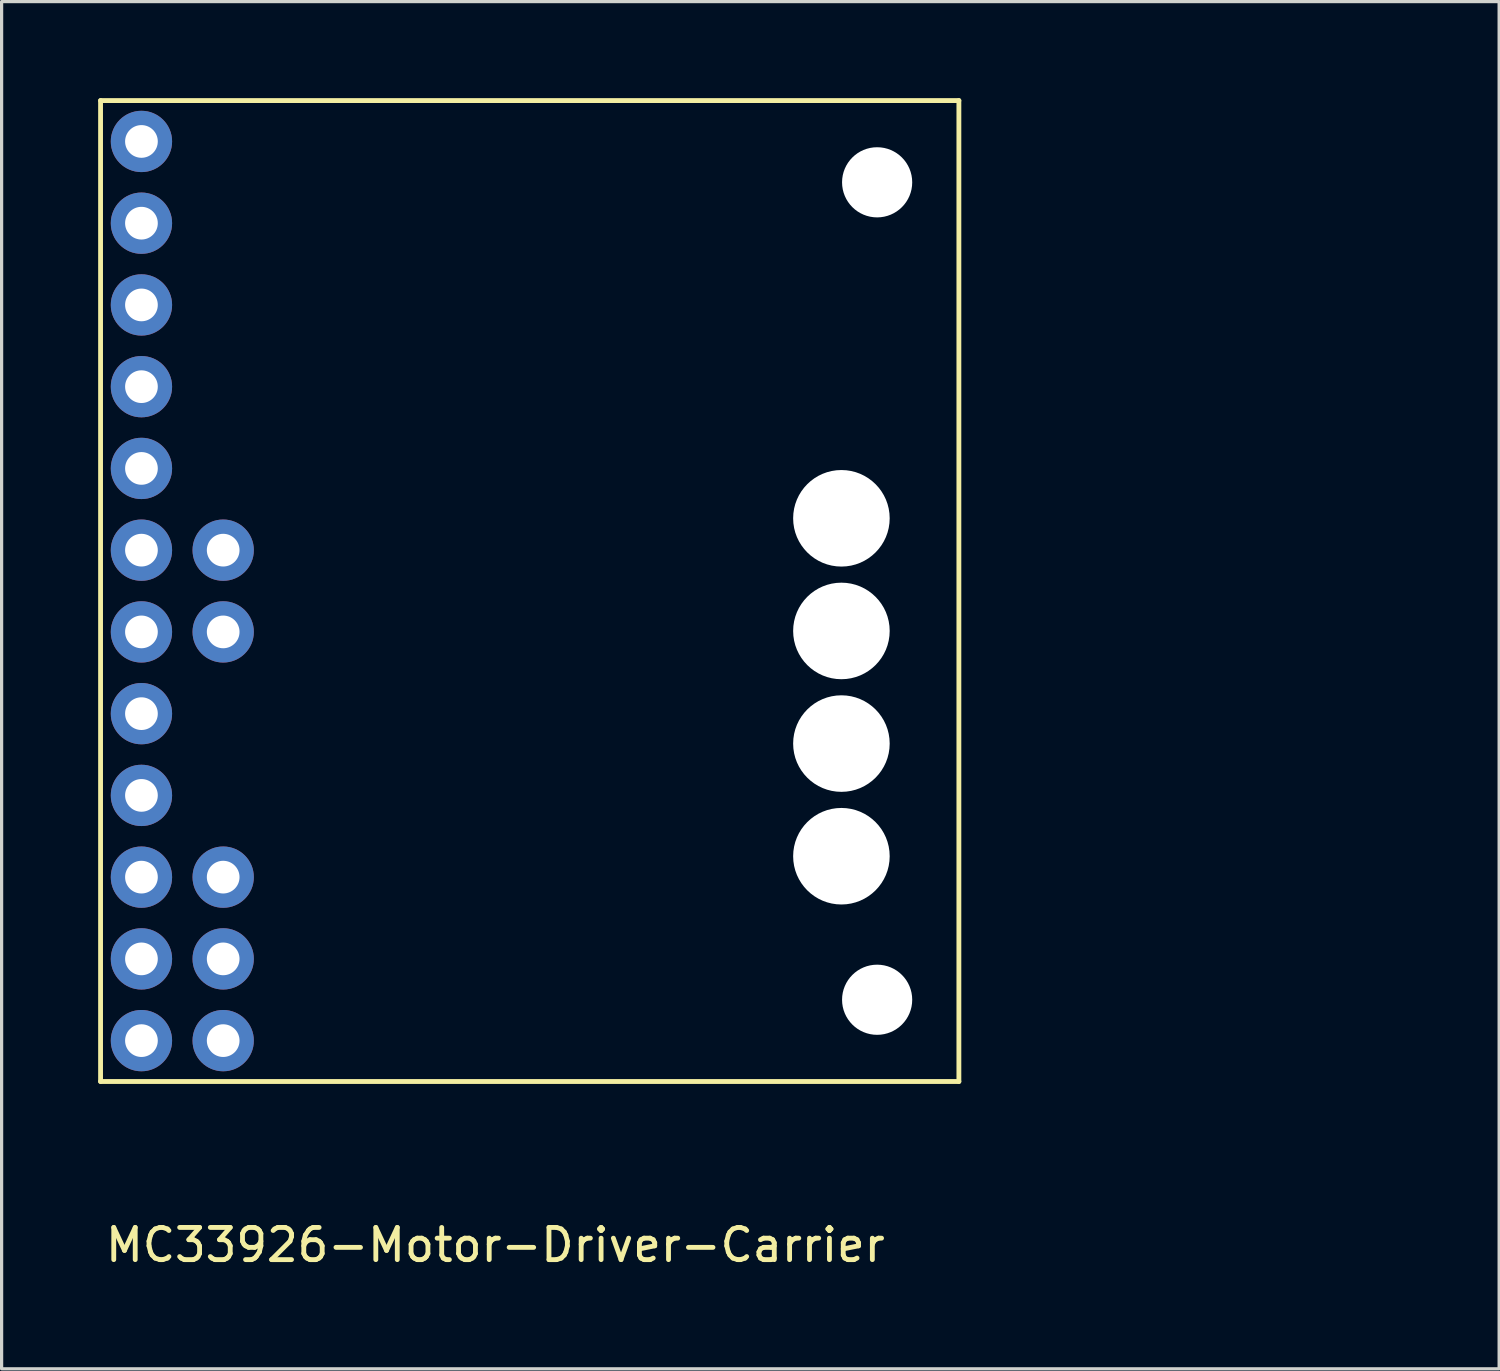
<source format=kicad_pcb>
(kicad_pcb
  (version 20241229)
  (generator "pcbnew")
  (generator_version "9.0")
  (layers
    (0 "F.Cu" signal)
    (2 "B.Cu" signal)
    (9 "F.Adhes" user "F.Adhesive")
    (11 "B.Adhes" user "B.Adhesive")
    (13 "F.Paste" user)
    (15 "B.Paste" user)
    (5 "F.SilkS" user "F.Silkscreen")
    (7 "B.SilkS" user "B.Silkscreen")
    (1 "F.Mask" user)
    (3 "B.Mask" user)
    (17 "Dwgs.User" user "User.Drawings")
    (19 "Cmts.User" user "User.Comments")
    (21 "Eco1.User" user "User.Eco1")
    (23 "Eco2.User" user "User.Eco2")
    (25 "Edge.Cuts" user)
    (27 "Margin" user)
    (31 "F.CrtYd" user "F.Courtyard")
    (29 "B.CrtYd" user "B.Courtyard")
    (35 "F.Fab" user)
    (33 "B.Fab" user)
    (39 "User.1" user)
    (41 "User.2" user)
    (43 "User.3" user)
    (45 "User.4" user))
  (footprint "MC33926-Motor-Driver-Carrier"
    (layer "F.Cu")
    (at 40.282 29.285)
    (property "Reference" "MC33926-Motor-Driver-Carrier" (at -27.94 6.35 0) (layer "F.SilkS") (effects (font (size 1 1) (thickness 0.15))))
    (attr through_hole)
    (fp_line (start -40.207 -29.21) (end -40.207 1.27) (stroke (width 0.15) (type solid)) (layer "F.SilkS"))
    (fp_line (start -40.207 1.27) (end -13.537 1.27) (stroke (width 0.15) (type solid)) (layer "F.SilkS"))
    (fp_line (start -13.537 -29.21) (end -40.207 -29.21) (stroke (width 0.15) (type solid)) (layer "F.SilkS"))
    (fp_line (start -13.537 -29.21) (end -13.537 1.27) (stroke (width 0.15) (type solid)) (layer "F.SilkS"))
    (pad "" np_thru_hole circle (at -17.187 -16.23 180) (size 3 3) (drill 3) (layers "*.Cu" "*.Mask"))
    (pad "" np_thru_hole circle (at -17.187 -12.73 180) (size 3 3) (drill 3) (layers "*.Cu" "*.Mask"))
    (pad "" np_thru_hole circle (at -17.187 -9.23 180) (size 3 3) (drill 3) (layers "*.Cu" "*.Mask"))
    (pad "" np_thru_hole circle (at -17.187 -5.73 180) (size 3 3) (drill 3) (layers "*.Cu" "*.Mask"))
    (pad "" np_thru_hole circle (at -16.077 -26.67 180) (size 2.18 2.18) (drill 2.18) (layers "*.Cu" "*.Mask"))
    (pad "" np_thru_hole circle (at -16.077 -1.27 180) (size 2.18 2.18) (drill 2.18) (layers "*.Cu" "*.Mask"))
    (pad "D1" thru_hole circle (at -38.937 -12.7 180) (size 1.905 1.905) (drill 1.016) (layers "*.Cu" "*.Mask"))
    (pad "D2" thru_hole circle (at -38.937 -15.24 180) (size 1.905 1.905) (drill 1.016) (layers "*.Cu" "*.Mask"))
    (pad "EN" thru_hole circle (at -38.937 -5.08 180) (size 1.905 1.905) (drill 1.016) (layers "*.Cu" "*.Mask"))
    (pad "FB" thru_hole circle (at -38.937 -7.62 180) (size 1.905 1.905) (drill 1.016) (layers "*.Cu" "*.Mask"))
    (pad "GND" thru_hole circle (at -38.937 -25.4 180) (size 1.905 1.905) (drill 1.016) (layers "*.Cu" "*.Mask"))
    (pad "GND" thru_hole circle (at -36.397 -12.7 180) (size 1.905 1.905) (drill 1.016) (layers "*.Cu" "*.Mask"))
    (pad "IN1" thru_hole circle (at -38.937 -17.78 180) (size 1.905 1.905) (drill 1.016) (layers "*.Cu" "*.Mask"))
    (pad "IN2" thru_hole circle (at -38.937 -20.32 180) (size 1.905 1.905) (drill 1.016) (layers "*.Cu" "*.Mask"))
    (pad "INV" thru_hole circle (at -38.937 0 180) (size 1.905 1.905) (drill 1.016) (layers "*.Cu" "*.Mask"))
    (pad "SF" thru_hole circle (at -38.937 -10.16 180) (size 1.905 1.905) (drill 1.016) (layers "*.Cu" "*.Mask"))
    (pad "SLEW" thru_hole circle (at -38.937 -2.54 180) (size 1.905 1.905) (drill 1.016) (layers "*.Cu" "*.Mask"))
    (pad "VDD" thru_hole circle (at -38.937 -22.86 180) (size 1.905 1.905) (drill 1.016) (layers "*.Cu" "*.Mask"))
    (pad "VDD" thru_hole circle (at -36.397 -15.24 180) (size 1.905 1.905) (drill 1.016) (layers "*.Cu" "*.Mask"))
    (pad "VDD" thru_hole circle (at -36.397 -5.08 180) (size 1.905 1.905) (drill 1.016) (layers "*.Cu" "*.Mask"))
    (pad "VDD" thru_hole circle (at -36.397 -2.54 180) (size 1.905 1.905) (drill 1.016) (layers "*.Cu" "*.Mask"))
    (pad "VDD" thru_hole circle (at -36.397 0 180) (size 1.905 1.905) (drill 1.016) (layers "*.Cu" "*.Mask"))
    (pad "VIN" thru_hole circle (at -38.937 -27.94 180) (size 1.905 1.905) (drill 1.016) (layers "*.Cu" "*.Mask")))
  (gr_rect
    (start -3 -3)
    (end 43.532 39.483)
    (stroke (width 0.1) (type default))
    (fill no)
    (layer "Edge.Cuts")))
</source>
